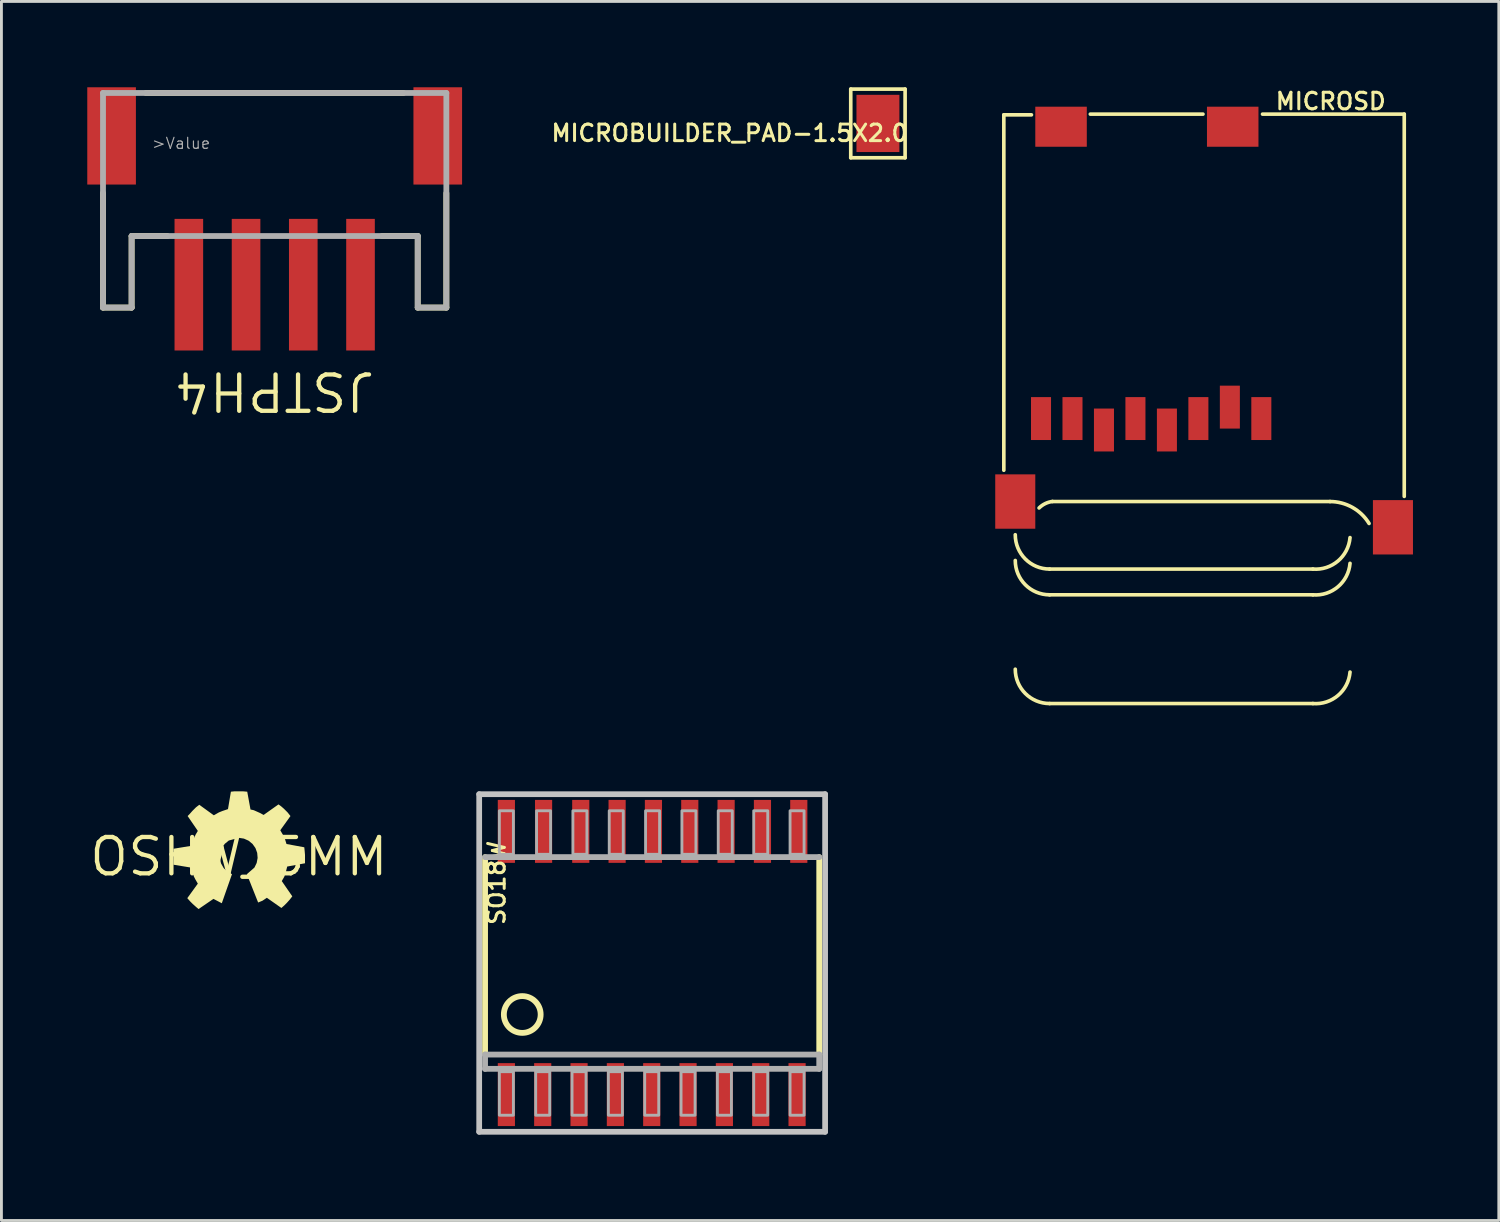
<source format=kicad_pcb>
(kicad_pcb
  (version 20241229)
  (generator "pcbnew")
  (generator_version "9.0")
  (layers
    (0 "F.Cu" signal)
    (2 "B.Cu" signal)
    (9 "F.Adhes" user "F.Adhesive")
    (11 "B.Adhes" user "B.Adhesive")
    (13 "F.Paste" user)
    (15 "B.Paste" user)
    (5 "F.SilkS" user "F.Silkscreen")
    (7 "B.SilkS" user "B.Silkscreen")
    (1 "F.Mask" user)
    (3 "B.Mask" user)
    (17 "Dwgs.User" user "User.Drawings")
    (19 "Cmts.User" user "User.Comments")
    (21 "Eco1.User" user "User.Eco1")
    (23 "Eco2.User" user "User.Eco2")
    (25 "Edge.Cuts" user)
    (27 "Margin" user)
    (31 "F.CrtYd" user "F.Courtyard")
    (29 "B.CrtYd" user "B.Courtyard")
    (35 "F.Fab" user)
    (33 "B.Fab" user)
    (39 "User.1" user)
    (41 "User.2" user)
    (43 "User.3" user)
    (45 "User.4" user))
  (footprint "MICROBUILDER_PAD-1.5X2.0"
    (layer "F.Cu")
    (at 27.634 1.264)
    (property "Reference" "MICROBUILDER_PAD-1.5X2.0" (at 1.1 0 180) (layer "F.SilkS") (effects (font (size 0.579 0.579) (thickness 0.104)) (justify right top)))
    (attr through_hole)
    (fp_line (start -0.95 -1.2) (end 0.95 -1.2) (stroke (width 0.127) (type solid)) (layer "F.SilkS"))
    (fp_line (start -0.95 1.2) (end -0.95 -1.2) (stroke (width 0.127) (type solid)) (layer "F.SilkS"))
    (fp_line (start 0.95 -1.2) (end 0.95 1.2) (stroke (width 0.127) (type solid)) (layer "F.SilkS"))
    (fp_line (start 0.95 1.2) (end -0.95 1.2) (stroke (width 0.127) (type solid)) (layer "F.SilkS"))
    (pad "P$1" smd rect (at 0 0) (size 1.5 2) (layers "F.Cu" "F.Mask")))
  (footprint "MICROSD"
    (layer "F.Cu")
    (at 32.034 0.939)
    (property "Reference" "MICROSD" (at 13.411 -0.787 180) (layer "F.SilkS") (effects (font (size 0.579 0.579) (thickness 0.104)) (justify right top)))
    (attr through_hole)
    (fp_line (start 0 0.025) (end 0 12.446) (stroke (width 0.127) (type solid)) (layer "F.SilkS"))
    (fp_line (start 0.965 0.025) (end 0 0.025) (stroke (width 0.127) (type solid)) (layer "F.SilkS"))
    (fp_line (start 1.6 15.9) (end 10.8 15.9) (stroke (width 0.127) (type solid)) (layer "F.SilkS"))
    (fp_line (start 1.6 16.8) (end 10.8 16.8) (stroke (width 0.127) (type solid)) (layer "F.SilkS"))
    (fp_line (start 1.6 20.6) (end 10.8 20.6) (stroke (width 0.127) (type solid)) (layer "F.SilkS"))
    (fp_line (start 1.7 13.54) (end 11.4 13.54) (stroke (width 0.127) (type solid)) (layer "F.SilkS"))
    (fp_line (start 6.96 0) (end 3.023 0) (stroke (width 0.127) (type solid)) (layer "F.SilkS"))
    (fp_line (start 13.995 0) (end 9.042 0) (stroke (width 0.127) (type solid)) (layer "F.SilkS"))
    (fp_line (start 13.995 13.36) (end 13.995 0) (stroke (width 0.127) (type solid)) (layer "F.SilkS"))
    (fp_arc (start 1.2319 13.76426) (mid 1.447065 13.612228) (end 1.699676 13.537411) (stroke (width 0.127) (type solid)) (layer "F.SilkS"))
    (fp_arc (start 1.6 15.9) (mid 0.751472 15.548528) (end 0.4 14.7) (stroke (width 0.127) (type solid)) (layer "F.SilkS"))
    (fp_arc (start 1.6 16.8) (mid 0.751472 16.448528) (end 0.4 15.6) (stroke (width 0.127) (type solid)) (layer "F.SilkS"))
    (fp_arc (start 1.6 20.6) (mid 0.751472 20.248528) (end 0.4 19.4) (stroke (width 0.127) (type solid)) (layer "F.SilkS"))
    (fp_arc (start 11.4 13.54) (mid 12.183099 13.744738) (end 12.765785 14.306555) (stroke (width 0.127) (type solid)) (layer "F.SilkS"))
    (fp_arc (start 12.1 14.8) (mid 11.677817 15.619239) (end 10.8 15.9) (stroke (width 0.127) (type solid)) (layer "F.SilkS"))
    (fp_arc (start 12.1 15.7) (mid 11.677817 16.519239) (end 10.8 16.8) (stroke (width 0.127) (type solid)) (layer "F.SilkS"))
    (fp_arc (start 12.1 19.5) (mid 11.677817 20.319239) (end 10.8 20.6) (stroke (width 0.127) (type solid)) (layer "F.SilkS"))
    (pad "1" smd rect (at 9 10.64) (size 0.7 1.5) (layers "F.Cu" "F.Mask" "F.Paste"))
    (pad "2" smd rect (at 7.9 10.24) (size 0.7 1.5) (layers "F.Cu" "F.Mask" "F.Paste"))
    (pad "3" smd rect (at 6.8 10.64) (size 0.7 1.5) (layers "F.Cu" "F.Mask" "F.Paste"))
    (pad "4" smd rect (at 5.7 11.04) (size 0.7 1.5) (layers "F.Cu" "F.Mask" "F.Paste"))
    (pad "5" smd rect (at 4.6 10.64) (size 0.7 1.5) (layers "F.Cu" "F.Mask" "F.Paste"))
    (pad "6" smd rect (at 3.5 11.04) (size 0.7 1.5) (layers "F.Cu" "F.Mask" "F.Paste"))
    (pad "7" smd rect (at 2.4 10.64) (size 0.7 1.5) (layers "F.Cu" "F.Mask" "F.Paste"))
    (pad "8" smd rect (at 1.3 10.64) (size 0.7 1.5) (layers "F.Cu" "F.Mask" "F.Paste"))
    (pad "CD1" smd rect (at 2 0.44 90) (size 1.4 1.8) (layers "F.Cu" "F.Mask" "F.Paste"))
    (pad "CD2" smd rect (at 8 0.44 90) (size 1.4 1.8) (layers "F.Cu" "F.Mask" "F.Paste"))
    (pad "MT1" smd rect (at 0.4 13.54) (size 1.4 1.9) (layers "F.Cu" "F.Mask" "F.Paste"))
    (pad "MT2" smd rect (at 13.6 14.44) (size 1.4 1.9) (layers "F.Cu" "F.Mask" "F.Paste")))
  (footprint "JSTPH4"
    (layer "F.Cu")
    (at 6.55 3.2)
    (property "Reference" "JSTPH4" (at 0 7.417 180) (unlocked yes) (layer "F.SilkS") (effects (font (size 1.27 1.27) (thickness 0.15))))
    (attr through_hole)
    (fp_line (start -6 0.5) (end -6 4.5) (stroke (width 0.203) (type solid)) (layer "F.SilkS"))
    (fp_line (start -6 4.5) (end -5 4.5) (stroke (width 0.203) (type solid)) (layer "F.SilkS"))
    (fp_line (start -5 2) (end -3.75 2) (stroke (width 0.203) (type solid)) (layer "F.SilkS"))
    (fp_line (start -5 4.5) (end -5 2) (stroke (width 0.203) (type solid)) (layer "F.SilkS"))
    (fp_line (start -4.5 -3) (end 4.5 -3) (stroke (width 0.203) (type solid)) (layer "F.SilkS"))
    (fp_line (start 3.75 2) (end 5 2) (stroke (width 0.203) (type solid)) (layer "F.SilkS"))
    (fp_line (start 5 2) (end 5 4.5) (stroke (width 0.203) (type solid)) (layer "F.SilkS"))
    (fp_line (start 5 4.5) (end 6 4.5) (stroke (width 0.203) (type solid)) (layer "F.SilkS"))
    (fp_line (start 6 4.5) (end 6 0.5) (stroke (width 0.203) (type solid)) (layer "F.SilkS"))
    (fp_line (start -6 -3) (end 6 -3) (stroke (width 0.203) (type solid)) (layer "F.Fab"))
    (fp_line (start -6 4.5) (end -6 -3) (stroke (width 0.203) (type solid)) (layer "F.Fab"))
    (fp_line (start -5 2) (end -5 4.5) (stroke (width 0.203) (type solid)) (layer "F.Fab"))
    (fp_line (start -5 4.5) (end -6 4.5) (stroke (width 0.203) (type solid)) (layer "F.Fab"))
    (fp_line (start 5 2) (end -5 2) (stroke (width 0.203) (type solid)) (layer "F.Fab"))
    (fp_line (start 5 4.5) (end 5 2) (stroke (width 0.203) (type solid)) (layer "F.Fab"))
    (fp_line (start 6 -3) (end 6 4.5) (stroke (width 0.203) (type solid)) (layer "F.Fab"))
    (fp_line (start 6 4.5) (end 5 4.5) (stroke (width 0.203) (type solid)) (layer "F.Fab"))
    (fp_text user ">Value" (at -4.318 -1.016 0) (layer "F.Fab") (effects (font (size 0.386 0.386) (thickness 0.041)) (justify left bottom)))
    (pad "1" smd rect (at -3 3.7) (size 1 4.6) (layers "F.Cu" "F.Mask" "F.Paste"))
    (pad "2" smd rect (at -1 3.7) (size 1 4.6) (layers "F.Cu" "F.Mask" "F.Paste"))
    (pad "3" smd rect (at 1 3.7) (size 1 4.6) (layers "F.Cu" "F.Mask" "F.Paste"))
    (pad "4" smd rect (at 3 3.7) (size 1 4.6) (layers "F.Cu" "F.Mask" "F.Paste"))
    (pad "NC1" smd rect (at -5.7 -1.5 90) (size 3.4 1.7) (layers "F.Cu" "F.Mask" "F.Paste"))
    (pad "NC2" smd rect (at 5.7 -1.5 90) (size 3.4 1.7) (layers "F.Cu" "F.Mask" "F.Paste")))
  (footprint "OSHW_5MM"
    (layer "F.Cu")
    (at 5.299 26.893)
    (property "Reference" "OSHW_5MM" (at 0 0 0) (layer "F.SilkS") (effects (font (size 1.27 1.27) (thickness 0.15))))
    (attr through_hole)
    (fp_poly (pts (xy -0.241 0.61) (xy -0.402 0.522) (xy -0.533 0.394) (xy -0.623 0.234) (xy -0.666 0.056) (xy -0.657 -0.127) (xy -0.598 -0.301) (xy -0.493 -0.451) (xy -0.351 -0.567) (xy 0 -0.66) (xy 0.000001 -0.66) (xy 0.176 -0.633) (xy 0.338 -0.561) (xy 0.476 -0.448) (xy 0.579 -0.303) (xy 0.64 -0.135) (xy 0.655 0.042) (xy 0.622 0.217) (xy 0.545 0.377) (xy 0.279 0.61) (xy 0.673 1.6) (xy 0.826 1.537) (xy 0.978 1.435) (xy 1.486 1.791) (xy 1.587 1.702) (xy 1.676 1.613) (xy 1.778 1.499) (xy 1.867 1.384) (xy 1.499 0.851) (xy 1.587 0.699) (xy 1.638 0.546) (xy 1.689 0.343) (xy 2.311 0.229) (xy 2.311 0.051) (xy 2.311 -0.064) (xy 2.299 -0.203) (xy 2.286 -0.33) (xy 1.664 -0.445) (xy 1.613 -0.61) (xy 1.549 -0.749) (xy 1.46 -0.902) (xy 1.448 -0.927) (xy 1.803 -1.422) (xy 1.702 -1.549) (xy 1.575 -1.676) (xy 1.473 -1.765) (xy 1.384 -1.829) (xy 0.864 -1.46) (xy 0.749 -1.524) (xy 0.635 -1.575) (xy 0.521 -1.626) (xy 0.406 -1.651) (xy 0.292 -2.273) (xy 0.14 -2.286) (xy -0.038 -2.286) (xy -0.152 -2.286) (xy -0.279 -2.273) (xy -0.381 -1.664) (xy -0.572 -1.6) (xy -0.699 -1.549) (xy -0.876 -1.448) (xy -1.384 -1.816) (xy -1.499 -1.727) (xy -1.626 -1.6) (xy -1.727 -1.486) (xy -1.791 -1.422) (xy -1.435 -0.902) (xy -1.511 -0.775) (xy -1.587 -0.61) (xy -1.626 -0.47) (xy -1.664 -0.381) (xy -2.286 -0.279) (xy -2.286 0.279) (xy -1.664 0.381) (xy -1.613 0.559) (xy -1.575 0.686) (xy -1.524 0.787) (xy -1.435 0.94) (xy -1.803 1.448) (xy -1.702 1.562) (xy -1.613 1.651) (xy -1.499 1.753) (xy -1.41 1.829) (xy -0.889 1.473) (xy -0.597 1.626)) (stroke (width 0) (type solid)) (fill yes) (layer "F.SilkS")))
  (footprint "SO18W"
    (layer "F.Cu")
    (at 19.093 30.607)
    (property "Reference" "SO18W" (at -4.445 -1.27 270) (layer "F.SilkS") (effects (font (size 0.579 0.579) (thickness 0.104)) (justify left bottom)))
    (attr through_hole)
    (fp_line (start -5.19 3.2) (end -5.19 -3.7) (stroke (width 0.203) (type solid)) (layer "F.SilkS"))
    (fp_line (start 6.49 -3.7) (end 6.49 3.2) (stroke (width 0.203) (type solid)) (layer "F.SilkS"))
    (fp_circle (center -3.89 1.8) (end -3.247 1.8) (stroke (width 0.203) (type solid)) (fill no) (layer "F.SilkS"))
    (fp_line (start -5.395 -5.9) (end 6.695 -5.9) (stroke (width 0.2) (type solid)) (layer "Dwgs.User"))
    (fp_line (start -5.395 5.9) (end -5.395 -5.9) (stroke (width 0.2) (type solid)) (layer "Dwgs.User"))
    (fp_line (start 6.695 -5.9) (end 6.695 5.9) (stroke (width 0.2) (type solid)) (layer "Dwgs.User"))
    (fp_line (start 6.695 5.9) (end -5.395 5.9) (stroke (width 0.2) (type solid)) (layer "Dwgs.User"))
    (fp_line (start -5.19 -3.7) (end 6.49 -3.7) (stroke (width 0.203) (type solid)) (layer "F.Fab"))
    (fp_line (start -5.19 3.7) (end -5.19 3.2) (stroke (width 0.203) (type solid)) (layer "F.Fab"))
    (fp_line (start 6.49 3.2) (end -5.19 3.2) (stroke (width 0.203) (type solid)) (layer "F.Fab"))
    (fp_line (start 6.49 3.2) (end 6.49 3.7) (stroke (width 0.203) (type solid)) (layer "F.Fab"))
    (fp_line (start 6.49 3.7) (end -5.19 3.7) (stroke (width 0.203) (type solid)) (layer "F.Fab"))
    (fp_poly (pts (xy -4.69 -3.8) (xy -4.2 -3.8) (xy -4.2 -5.32) (xy -4.69 -5.32)) (stroke (width 0.1) (type solid)) (fill no) (layer "F.Fab"))
    (fp_poly (pts (xy -4.69 5.32) (xy -4.2 5.32) (xy -4.2 3.8) (xy -4.69 3.8)) (stroke (width 0.1) (type solid)) (fill no) (layer "F.Fab"))
    (fp_poly (pts (xy -3.42 5.32) (xy -2.93 5.32) (xy -2.93 3.8) (xy -3.42 3.8)) (stroke (width 0.1) (type solid)) (fill no) (layer "F.Fab"))
    (fp_poly (pts (xy -3.39 -3.8) (xy -2.9 -3.8) (xy -2.9 -5.32) (xy -3.39 -5.32)) (stroke (width 0.1) (type solid)) (fill no) (layer "F.Fab"))
    (fp_poly (pts (xy -2.15 5.32) (xy -1.66 5.32) (xy -1.66 3.8) (xy -2.15 3.8)) (stroke (width 0.1) (type solid)) (fill no) (layer "F.Fab"))
    (fp_poly (pts (xy -2.12 -3.8) (xy -1.63 -3.8) (xy -1.63 -5.32) (xy -2.12 -5.32)) (stroke (width 0.1) (type solid)) (fill no) (layer "F.Fab"))
    (fp_poly (pts (xy -0.88 5.32) (xy -0.39 5.32) (xy -0.39 3.8) (xy -0.88 3.8)) (stroke (width 0.1) (type solid)) (fill no) (layer "F.Fab"))
    (fp_poly (pts (xy -0.85 -3.8) (xy -0.36 -3.8) (xy -0.36 -5.32) (xy -0.85 -5.32)) (stroke (width 0.1) (type solid)) (fill no) (layer "F.Fab"))
    (fp_poly (pts (xy 0.39 5.32) (xy 0.88 5.32) (xy 0.88 3.8) (xy 0.39 3.8)) (stroke (width 0.1) (type solid)) (fill no) (layer "F.Fab"))
    (fp_poly (pts (xy 0.42 -3.8) (xy 0.91 -3.8) (xy 0.91 -5.32) (xy 0.42 -5.32)) (stroke (width 0.1) (type solid)) (fill no) (layer "F.Fab"))
    (fp_poly (pts (xy 1.66 5.32) (xy 2.15 5.32) (xy 2.15 3.8) (xy 1.66 3.8)) (stroke (width 0.1) (type solid)) (fill no) (layer "F.Fab"))
    (fp_poly (pts (xy 1.69 -3.8) (xy 2.18 -3.8) (xy 2.18 -5.32) (xy 1.69 -5.32)) (stroke (width 0.1) (type solid)) (fill no) (layer "F.Fab"))
    (fp_poly (pts (xy 2.93 5.32) (xy 3.42 5.32) (xy 3.42 3.8) (xy 2.93 3.8)) (stroke (width 0.1) (type solid)) (fill no) (layer "F.Fab"))
    (fp_poly (pts (xy 2.96 -3.8) (xy 3.45 -3.8) (xy 3.45 -5.32) (xy 2.96 -5.32)) (stroke (width 0.1) (type solid)) (fill no) (layer "F.Fab"))
    (fp_poly (pts (xy 4.2 -3.8) (xy 4.69 -3.8) (xy 4.69 -5.32) (xy 4.2 -5.32)) (stroke (width 0.1) (type solid)) (fill no) (layer "F.Fab"))
    (fp_poly (pts (xy 4.2 5.32) (xy 4.69 5.32) (xy 4.69 3.8) (xy 4.2 3.8)) (stroke (width 0.1) (type solid)) (fill no) (layer "F.Fab"))
    (fp_poly (pts (xy 5.47 -3.8) (xy 5.96 -3.8) (xy 5.96 -5.32) (xy 5.47 -5.32)) (stroke (width 0.1) (type solid)) (fill no) (layer "F.Fab"))
    (fp_poly (pts (xy 5.47 5.32) (xy 5.96 5.32) (xy 5.96 3.8) (xy 5.47 3.8)) (stroke (width 0.1) (type solid)) (fill no) (layer "F.Fab"))
    (pad "1" smd rect (at -4.445 4.6) (size 0.6 2.2) (layers "F.Cu" "F.Mask" "F.Paste"))
    (pad "2" smd rect (at -3.175 4.6) (size 0.6 2.2) (layers "F.Cu" "F.Mask" "F.Paste"))
    (pad "3" smd rect (at -1.905 4.6) (size 0.6 2.2) (layers "F.Cu" "F.Mask" "F.Paste"))
    (pad "4" smd rect (at -0.635 4.6) (size 0.6 2.2) (layers "F.Cu" "F.Mask" "F.Paste"))
    (pad "5" smd rect (at 0.635 4.6) (size 0.6 2.2) (layers "F.Cu" "F.Mask" "F.Paste"))
    (pad "6" smd rect (at 1.905 4.6) (size 0.6 2.2) (layers "F.Cu" "F.Mask" "F.Paste"))
    (pad "7" smd rect (at 3.175 4.6) (size 0.6 2.2) (layers "F.Cu" "F.Mask" "F.Paste"))
    (pad "8" smd rect (at 4.445 4.6) (size 0.6 2.2) (layers "F.Cu" "F.Mask" "F.Paste"))
    (pad "9" smd rect (at 5.715 4.6) (size 0.6 2.2) (layers "F.Cu" "F.Mask" "F.Paste"))
    (pad "10" smd rect (at 5.775 -4.6) (size 0.6 2.2) (layers "F.Cu" "F.Mask" "F.Paste"))
    (pad "11" smd rect (at 4.505 -4.6) (size 0.6 2.2) (layers "F.Cu" "F.Mask" "F.Paste"))
    (pad "12" smd rect (at 3.235 -4.6) (size 0.6 2.2) (layers "F.Cu" "F.Mask" "F.Paste"))
    (pad "13" smd rect (at 1.965 -4.6) (size 0.6 2.2) (layers "F.Cu" "F.Mask" "F.Paste"))
    (pad "14" smd rect (at 0.695 -4.6) (size 0.6 2.2) (layers "F.Cu" "F.Mask" "F.Paste"))
    (pad "15" smd rect (at -0.575 -4.6) (size 0.6 2.2) (layers "F.Cu" "F.Mask" "F.Paste"))
    (pad "16" smd rect (at -1.845 -4.6) (size 0.6 2.2) (layers "F.Cu" "F.Mask" "F.Paste"))
    (pad "17" smd rect (at -3.145 -4.6) (size 0.6 2.2) (layers "F.Cu" "F.Mask" "F.Paste"))
    (pad "18" smd rect (at -4.445 -4.6) (size 0.6 2.2) (layers "F.Cu" "F.Mask" "F.Paste")))
  (gr_rect
    (start -3 -3)
    (end 49.334 39.606)
    (stroke (width 0.1) (type default))
    (fill no)
    (layer "Edge.Cuts")))
</source>
